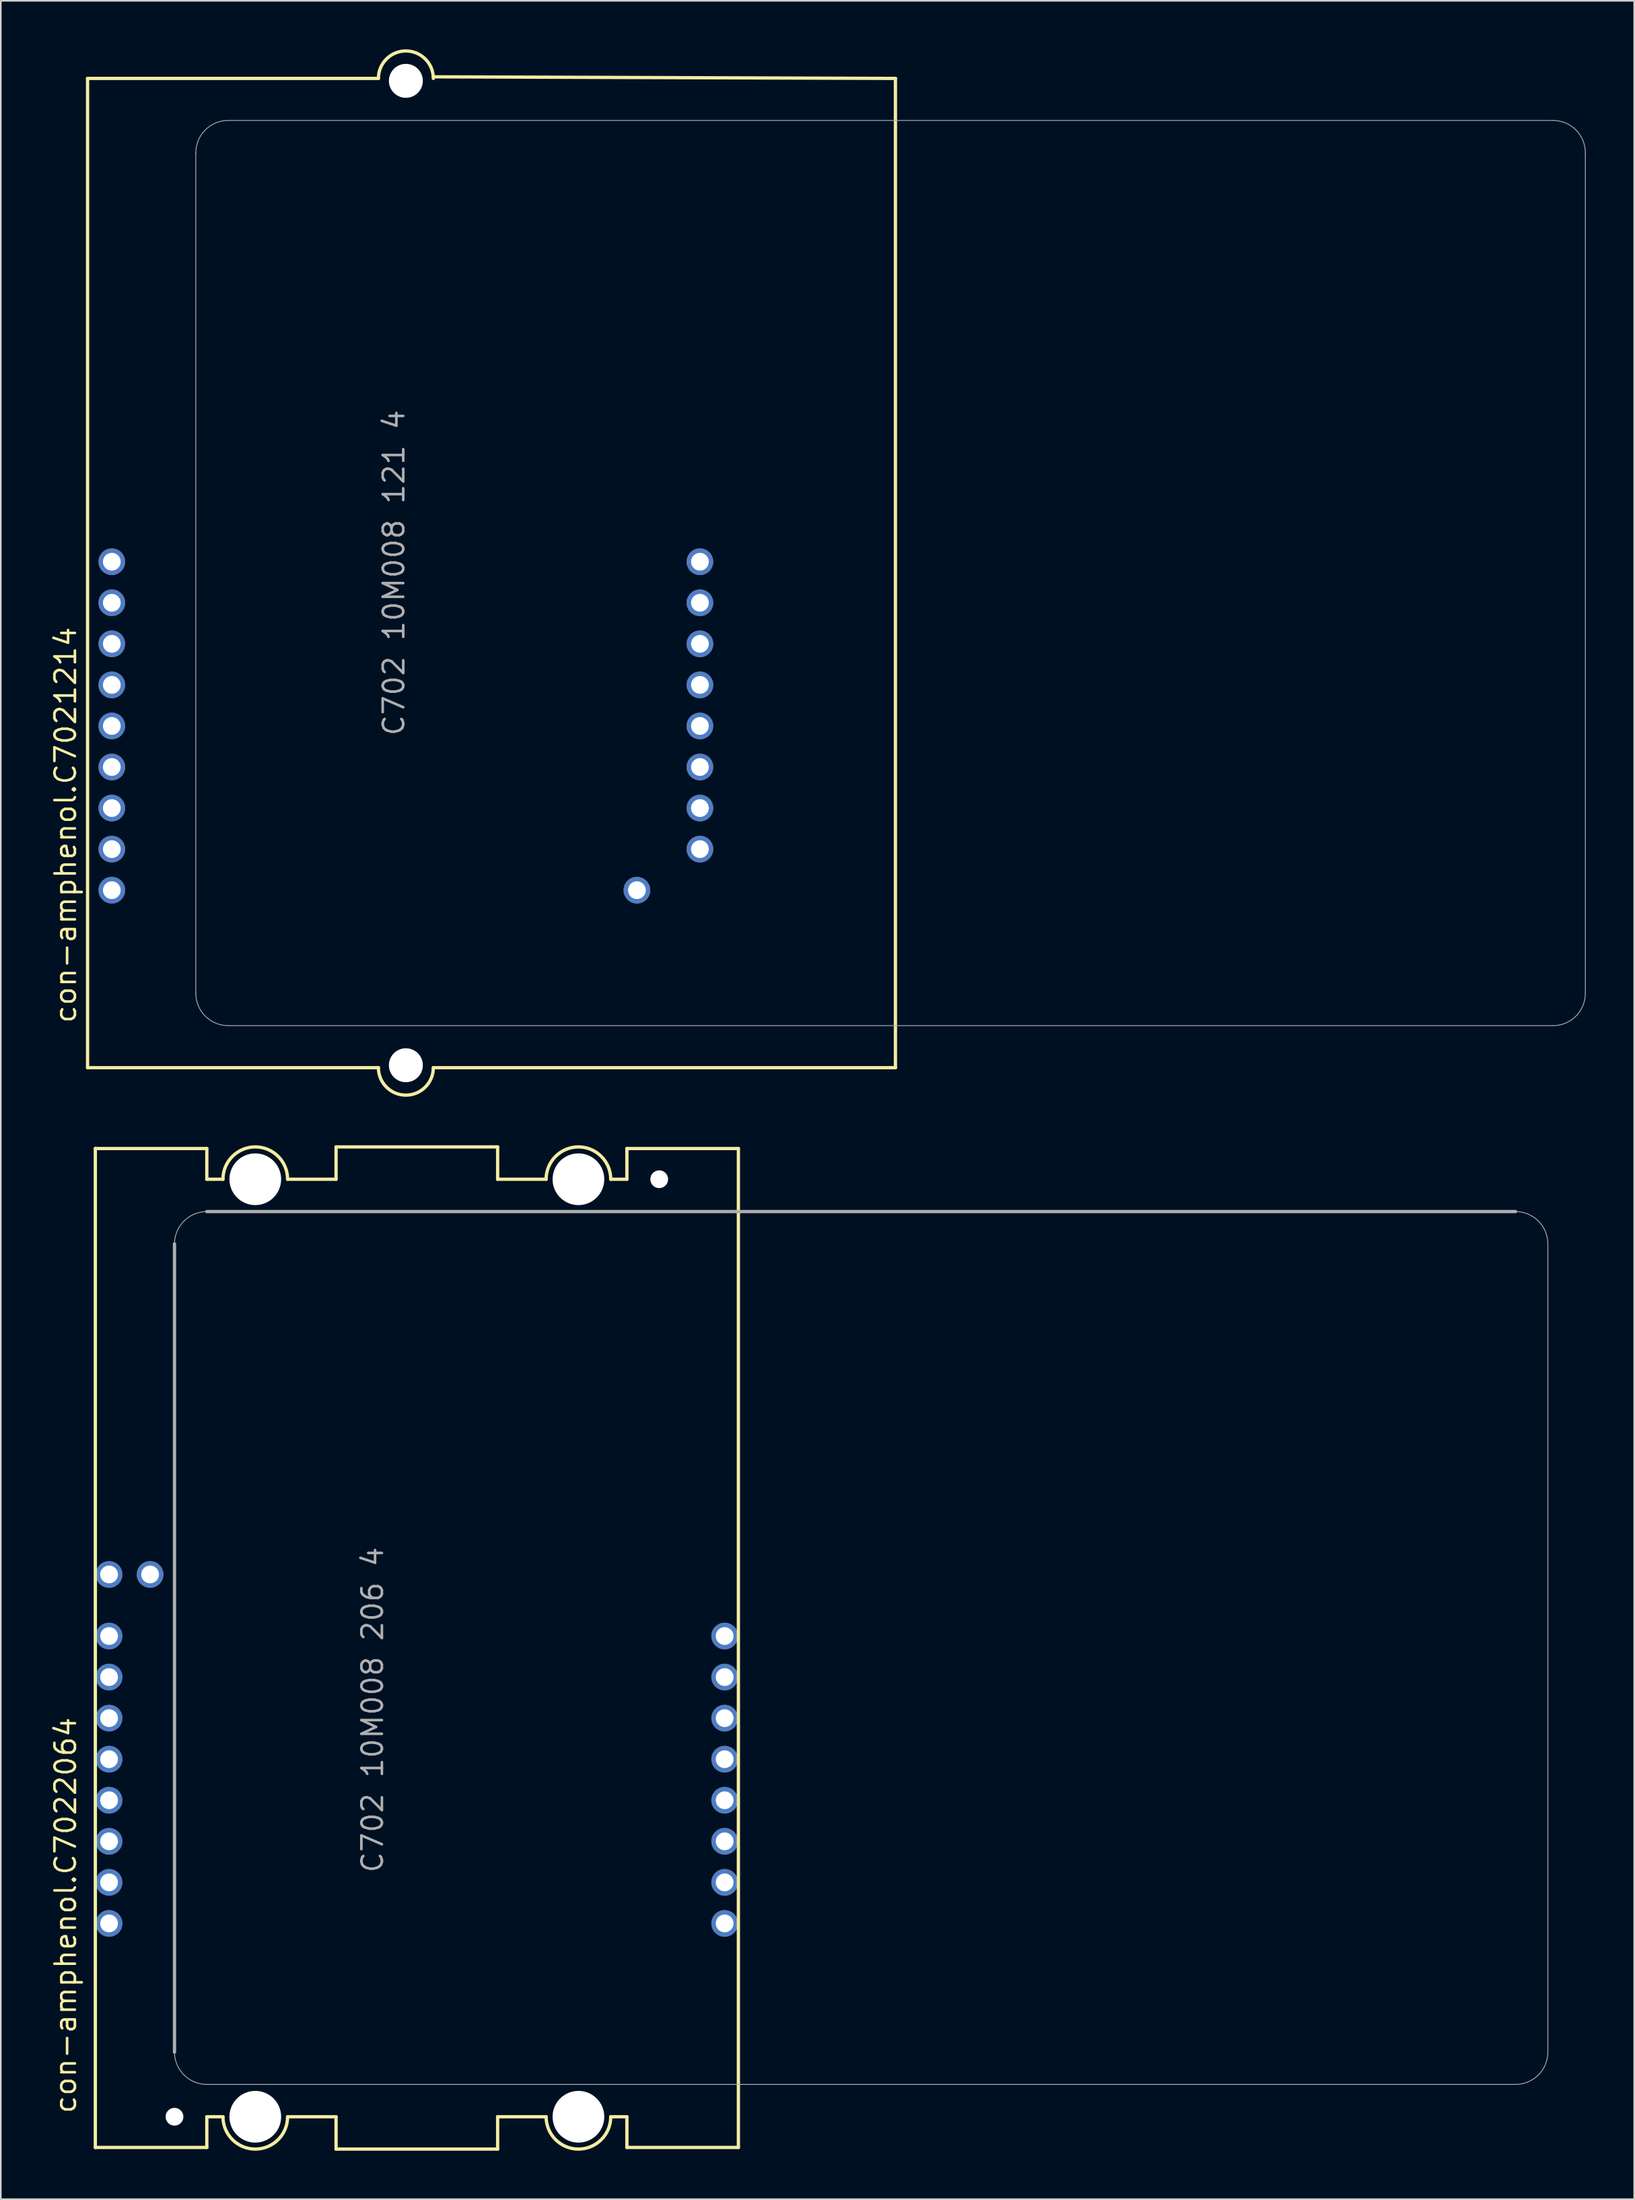
<source format=kicad_pcb>
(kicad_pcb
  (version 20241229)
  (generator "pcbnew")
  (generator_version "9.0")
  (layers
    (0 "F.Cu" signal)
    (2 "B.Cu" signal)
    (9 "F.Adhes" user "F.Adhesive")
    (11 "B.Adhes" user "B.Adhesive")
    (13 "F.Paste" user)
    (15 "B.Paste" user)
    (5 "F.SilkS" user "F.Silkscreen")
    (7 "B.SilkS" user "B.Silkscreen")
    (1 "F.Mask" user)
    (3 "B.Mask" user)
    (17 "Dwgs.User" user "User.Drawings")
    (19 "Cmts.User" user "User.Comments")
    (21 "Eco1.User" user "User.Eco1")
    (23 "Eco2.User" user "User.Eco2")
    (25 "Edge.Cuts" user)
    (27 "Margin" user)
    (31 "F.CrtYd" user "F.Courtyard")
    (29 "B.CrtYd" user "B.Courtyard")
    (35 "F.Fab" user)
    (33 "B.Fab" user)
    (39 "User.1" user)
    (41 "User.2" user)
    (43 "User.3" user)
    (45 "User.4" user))
  (footprint "con-amphenol.C7021214"
    (layer "F.Cu")
    (at 22.07 32.402)
    (property "Reference" "con-amphenol.C7021214" (at -20.32 27.94 90) (layer "F.SilkS") (effects (font (size 1.27 1.27) (thickness 0.16)) (justify left bottom)))
    (attr through_hole)
    (fp_line (start -19.7 -30.6) (end -1.7 -30.6) (stroke (width 0.203) (type default)) (layer "F.SilkS"))
    (fp_line (start -19.7 30.6) (end -19.7 -30.6) (stroke (width 0.203) (type default)) (layer "F.SilkS"))
    (fp_line (start -1.7 30.6) (end -19.7 30.6) (stroke (width 0.203) (type default)) (layer "F.SilkS"))
    (fp_line (start 1.7 -30.7) (end 30.3 -30.6) (stroke (width 0.203) (type default)) (layer "F.SilkS"))
    (fp_line (start 30.3 -30.6) (end 30.3 30.6) (stroke (width 0.203) (type default)) (layer "F.SilkS"))
    (fp_line (start 30.3 30.6) (end 1.7 30.6) (stroke (width 0.203) (type default)) (layer "F.SilkS"))
    (fp_arc (start -1.7 -30.6) (mid 0 -32.3) (end 1.7 -30.6) (stroke (width 0.2032) (type default)) (layer "F.SilkS"))
    (fp_arc (start 1.7 30.6) (mid 0 32.3) (end -1.7 30.6) (stroke (width 0.2032) (type default)) (layer "F.SilkS"))
    (fp_line (start -13 26) (end -13 -26) (stroke (width 0.051) (type default)) (layer "F.Fab"))
    (fp_line (start -11 -28) (end 71 -28) (stroke (width 0.051) (type default)) (layer "F.Fab"))
    (fp_line (start 71 28) (end -11 28) (stroke (width 0.051) (type default)) (layer "F.Fab"))
    (fp_line (start 73 -26) (end 73 26) (stroke (width 0.051) (type default)) (layer "F.Fab"))
    (fp_arc (start -13 -26) (mid -12.414214 -27.414214) (end -11 -28) (stroke (width 0.0508) (type default)) (layer "F.Fab"))
    (fp_arc (start -11 28) (mid -12.414214 27.414214) (end -13 26) (stroke (width 0.0508) (type default)) (layer "F.Fab"))
    (fp_arc (start 71 -28) (mid 72.414214 -27.414214) (end 73 -26) (stroke (width 0.0508) (type default)) (layer "F.Fab"))
    (fp_arc (start 73 26) (mid 72.414214 27.414214) (end 71 28) (stroke (width 0.0508) (type default)) (layer "F.Fab"))
    (fp_text user "C702 10M008 121 4" (at 0 10.16 90) (layer "F.Fab") (effects (font (size 1.27 1.27) (thickness 0.16)) (justify left bottom)))
    (pad "" np_thru_hole circle (at 0 -30.45) (size 2.1 2.1) (drill 2.1) (layers "*.Cu" "*.Mask"))
    (pad "" np_thru_hole circle (at 0 30.45) (size 2.1 2.1) (drill 2.1) (layers "*.Cu" "*.Mask"))
    (pad "C1" thru_hole circle (at 18.2 9.46) (size 1.65 1.65) (drill 1.1) (layers "*.Cu" "*.Mask"))
    (pad "C2" thru_hole circle (at 18.2 12) (size 1.65 1.65) (drill 1.1) (layers "*.Cu" "*.Mask"))
    (pad "C3" thru_hole circle (at 18.2 14.54) (size 1.65 1.65) (drill 1.1) (layers "*.Cu" "*.Mask"))
    (pad "C4" thru_hole circle (at 18.2 17.08) (size 1.65 1.65) (drill 1.1) (layers "*.Cu" "*.Mask"))
    (pad "C5" thru_hole circle (at -18.2 9.46) (size 1.65 1.65) (drill 1.1) (layers "*.Cu" "*.Mask"))
    (pad "C6" thru_hole circle (at -18.2 12) (size 1.65 1.65) (drill 1.1) (layers "*.Cu" "*.Mask"))
    (pad "C7" thru_hole circle (at -18.2 14.54) (size 1.65 1.65) (drill 1.1) (layers "*.Cu" "*.Mask"))
    (pad "C8" thru_hole circle (at -18.2 17.08) (size 1.65 1.65) (drill 1.1) (layers "*.Cu" "*.Mask"))
    (pad "C_1" thru_hole circle (at -18.2 6.92) (size 1.65 1.65) (drill 1.1) (layers "*.Cu" "*.Mask"))
    (pad "C_2" thru_hole circle (at -18.2 4.38) (size 1.65 1.65) (drill 1.1) (layers "*.Cu" "*.Mask"))
    (pad "C_3" thru_hole circle (at -18.2 1.84) (size 1.65 1.65) (drill 1.1) (layers "*.Cu" "*.Mask"))
    (pad "C_4" thru_hole circle (at -18.2 -0.7) (size 1.65 1.65) (drill 1.1) (layers "*.Cu" "*.Mask"))
    (pad "C_5" thru_hole circle (at 18.2 6.92) (size 1.65 1.65) (drill 1.1) (layers "*.Cu" "*.Mask"))
    (pad "C_6" thru_hole circle (at 18.2 4.38) (size 1.65 1.65) (drill 1.1) (layers "*.Cu" "*.Mask"))
    (pad "C_7" thru_hole circle (at 18.2 1.84) (size 1.65 1.65) (drill 1.1) (layers "*.Cu" "*.Mask"))
    (pad "C_8" thru_hole circle (at 18.2 -0.7) (size 1.65 1.65) (drill 1.1) (layers "*.Cu" "*.Mask"))
    (pad "S1" thru_hole circle (at 14.3 19.62) (size 1.65 1.65) (drill 1.1) (layers "*.Cu" "*.Mask"))
    (pad "S2" thru_hole circle (at -18.2 19.62) (size 1.65 1.65) (drill 1.1) (layers "*.Cu" "*.Mask")))
  (footprint "con-amphenol.C7022064"
    (layer "F.Cu")
    (at 22.75 98.905)
    (property "Reference" "con-amphenol.C7022064" (at -21 28.89 90) (layer "F.SilkS") (effects (font (size 1.27 1.27) (thickness 0.16)) (justify left bottom)))
    (attr through_hole)
    (fp_line (start -19.9 -30.9) (end -19.9 30.9) (stroke (width 0.203) (type default)) (layer "F.SilkS"))
    (fp_line (start -19.9 -30.9) (end -13 -30.9) (stroke (width 0.203) (type default)) (layer "F.SilkS"))
    (fp_line (start -19.9 30.9) (end -13 30.9) (stroke (width 0.203) (type default)) (layer "F.SilkS"))
    (fp_line (start -13 -30.9) (end -13 -29) (stroke (width 0.203) (type default)) (layer "F.SilkS"))
    (fp_line (start -13 -29) (end -12 -29) (stroke (width 0.203) (type default)) (layer "F.SilkS"))
    (fp_line (start -13 29) (end -12 29) (stroke (width 0.203) (type default)) (layer "F.SilkS"))
    (fp_line (start -13 30.9) (end -13 29) (stroke (width 0.203) (type default)) (layer "F.SilkS"))
    (fp_line (start -8 -29) (end -5 -29) (stroke (width 0.203) (type default)) (layer "F.SilkS"))
    (fp_line (start -8 29) (end -5 29) (stroke (width 0.203) (type default)) (layer "F.SilkS"))
    (fp_line (start -5 -31) (end 5 -31) (stroke (width 0.203) (type default)) (layer "F.SilkS"))
    (fp_line (start -5 -29) (end -5 -31) (stroke (width 0.203) (type default)) (layer "F.SilkS"))
    (fp_line (start -5 29) (end -5 31) (stroke (width 0.203) (type default)) (layer "F.SilkS"))
    (fp_line (start -5 31) (end 5 31) (stroke (width 0.203) (type default)) (layer "F.SilkS"))
    (fp_line (start 5 -31) (end 5 -29) (stroke (width 0.203) (type default)) (layer "F.SilkS"))
    (fp_line (start 5 -29) (end 8 -29) (stroke (width 0.203) (type default)) (layer "F.SilkS"))
    (fp_line (start 5 29) (end 8 29) (stroke (width 0.203) (type default)) (layer "F.SilkS"))
    (fp_line (start 5 31) (end 5 29) (stroke (width 0.203) (type default)) (layer "F.SilkS"))
    (fp_line (start 12 -29) (end 13 -29) (stroke (width 0.203) (type default)) (layer "F.SilkS"))
    (fp_line (start 12 29) (end 13 29) (stroke (width 0.203) (type default)) (layer "F.SilkS"))
    (fp_line (start 13 -30.9) (end 19.9 -30.9) (stroke (width 0.203) (type default)) (layer "F.SilkS"))
    (fp_line (start 13 -29) (end 13 -30.9) (stroke (width 0.203) (type default)) (layer "F.SilkS"))
    (fp_line (start 13 29) (end 13 30.9) (stroke (width 0.203) (type default)) (layer "F.SilkS"))
    (fp_line (start 13 30.9) (end 19.9 30.9) (stroke (width 0.203) (type default)) (layer "F.SilkS"))
    (fp_line (start 19.9 30.9) (end 19.9 -30.9) (stroke (width 0.203) (type default)) (layer "F.SilkS"))
    (fp_arc (start -12 -29) (mid -10 -31) (end -8 -29) (stroke (width 0.2032) (type default)) (layer "F.SilkS"))
    (fp_arc (start -8 29) (mid -10 31) (end -12 29) (stroke (width 0.2032) (type default)) (layer "F.SilkS"))
    (fp_arc (start 8 -29) (mid 10 -31) (end 12 -29) (stroke (width 0.2032) (type default)) (layer "F.SilkS"))
    (fp_arc (start 12 29) (mid 10 31) (end 8 29) (stroke (width 0.2032) (type default)) (layer "F.SilkS"))
    (fp_line (start -15 25) (end -15 -25) (stroke (width 0.203) (type default)) (layer "F.Fab"))
    (fp_line (start -13 -27) (end 68 -27) (stroke (width 0.203) (type default)) (layer "F.Fab"))
    (fp_line (start 68 27) (end -13 27) (stroke (width 0.051) (type default)) (layer "F.Fab"))
    (fp_line (start 70 -25) (end 70 25) (stroke (width 0.051) (type default)) (layer "F.Fab"))
    (fp_arc (start -15 -25) (mid -14.414214 -26.414214) (end -13 -27) (stroke (width 0.0508) (type default)) (layer "F.Fab"))
    (fp_arc (start -13 27) (mid -14.414214 26.414214) (end -15 25) (stroke (width 0.0508) (type default)) (layer "F.Fab"))
    (fp_arc (start 68 -27) (mid 69.414214 -26.414214) (end 70 -25) (stroke (width 0.0508) (type default)) (layer "F.Fab"))
    (fp_arc (start 70 25) (mid 69.414214 26.414214) (end 68 27) (stroke (width 0.0508) (type default)) (layer "F.Fab"))
    (fp_text user "C702 10M008 206 4" (at -2 14 90) (layer "F.Fab") (effects (font (size 1.27 1.27) (thickness 0.16)) (justify left bottom)))
    (pad "" np_thru_hole circle (at -15 29) (size 1.1 1.1) (drill 1.1) (layers "*.Cu" "*.Mask"))
    (pad "" np_thru_hole circle (at -10 -29) (size 3.2 3.2) (drill 3.2) (layers "*.Cu" "*.Mask"))
    (pad "" np_thru_hole circle (at -10 29) (size 3.2 3.2) (drill 3.2) (layers "*.Cu" "*.Mask"))
    (pad "" np_thru_hole circle (at 10 -29) (size 3.2 3.2) (drill 3.2) (layers "*.Cu" "*.Mask"))
    (pad "" np_thru_hole circle (at 10 29) (size 3.2 3.2) (drill 3.2) (layers "*.Cu" "*.Mask"))
    (pad "" np_thru_hole circle (at 15 -29) (size 1.1 1.1) (drill 1.1) (layers "*.Cu" "*.Mask"))
    (pad "C1" thru_hole circle (at -19.05 6.88) (size 1.65 1.65) (drill 1.1) (layers "*.Cu" "*.Mask"))
    (pad "C2" thru_hole circle (at -19.05 4.34) (size 1.65 1.65) (drill 1.1) (layers "*.Cu" "*.Mask"))
    (pad "C3" thru_hole circle (at -19.05 1.8) (size 1.65 1.65) (drill 1.1) (layers "*.Cu" "*.Mask"))
    (pad "C4" thru_hole circle (at -19.05 -0.74) (size 1.65 1.65) (drill 1.1) (layers "*.Cu" "*.Mask"))
    (pad "C5" thru_hole circle (at 19.05 6.88) (size 1.65 1.65) (drill 1.1) (layers "*.Cu" "*.Mask"))
    (pad "C6" thru_hole circle (at 19.05 4.34) (size 1.65 1.65) (drill 1.1) (layers "*.Cu" "*.Mask"))
    (pad "C7" thru_hole circle (at 19.05 1.8) (size 1.65 1.65) (drill 1.1) (layers "*.Cu" "*.Mask"))
    (pad "C8" thru_hole circle (at 19.05 -0.74) (size 1.65 1.65) (drill 1.1) (layers "*.Cu" "*.Mask"))
    (pad "C_1" thru_hole circle (at 19.05 9.42) (size 1.65 1.65) (drill 1.1) (layers "*.Cu" "*.Mask"))
    (pad "C_2" thru_hole circle (at 19.05 11.96) (size 1.65 1.65) (drill 1.1) (layers "*.Cu" "*.Mask"))
    (pad "C_3" thru_hole circle (at 19.05 14.5) (size 1.65 1.65) (drill 1.1) (layers "*.Cu" "*.Mask"))
    (pad "C_4" thru_hole circle (at 19.05 17.04) (size 1.65 1.65) (drill 1.1) (layers "*.Cu" "*.Mask"))
    (pad "C_5" thru_hole circle (at -19.05 9.42) (size 1.65 1.65) (drill 1.1) (layers "*.Cu" "*.Mask"))
    (pad "C_6" thru_hole circle (at -19.05 11.96) (size 1.65 1.65) (drill 1.1) (layers "*.Cu" "*.Mask"))
    (pad "C_7" thru_hole circle (at -19.05 14.5) (size 1.65 1.65) (drill 1.1) (layers "*.Cu" "*.Mask"))
    (pad "C_8" thru_hole circle (at -19.05 17.04) (size 1.65 1.65) (drill 1.1) (layers "*.Cu" "*.Mask"))
    (pad "S1" thru_hole circle (at -19.05 -4.55) (size 1.65 1.65) (drill 1.1) (layers "*.Cu" "*.Mask"))
    (pad "S2" thru_hole circle (at -16.51 -4.55) (size 1.65 1.65) (drill 1.1) (layers "*.Cu" "*.Mask")))
  (gr_rect
    (start -3 -3)
    (end 98.095 133.006)
    (stroke (width 0.1) (type default))
    (fill no)
    (layer "Edge.Cuts")))
</source>
